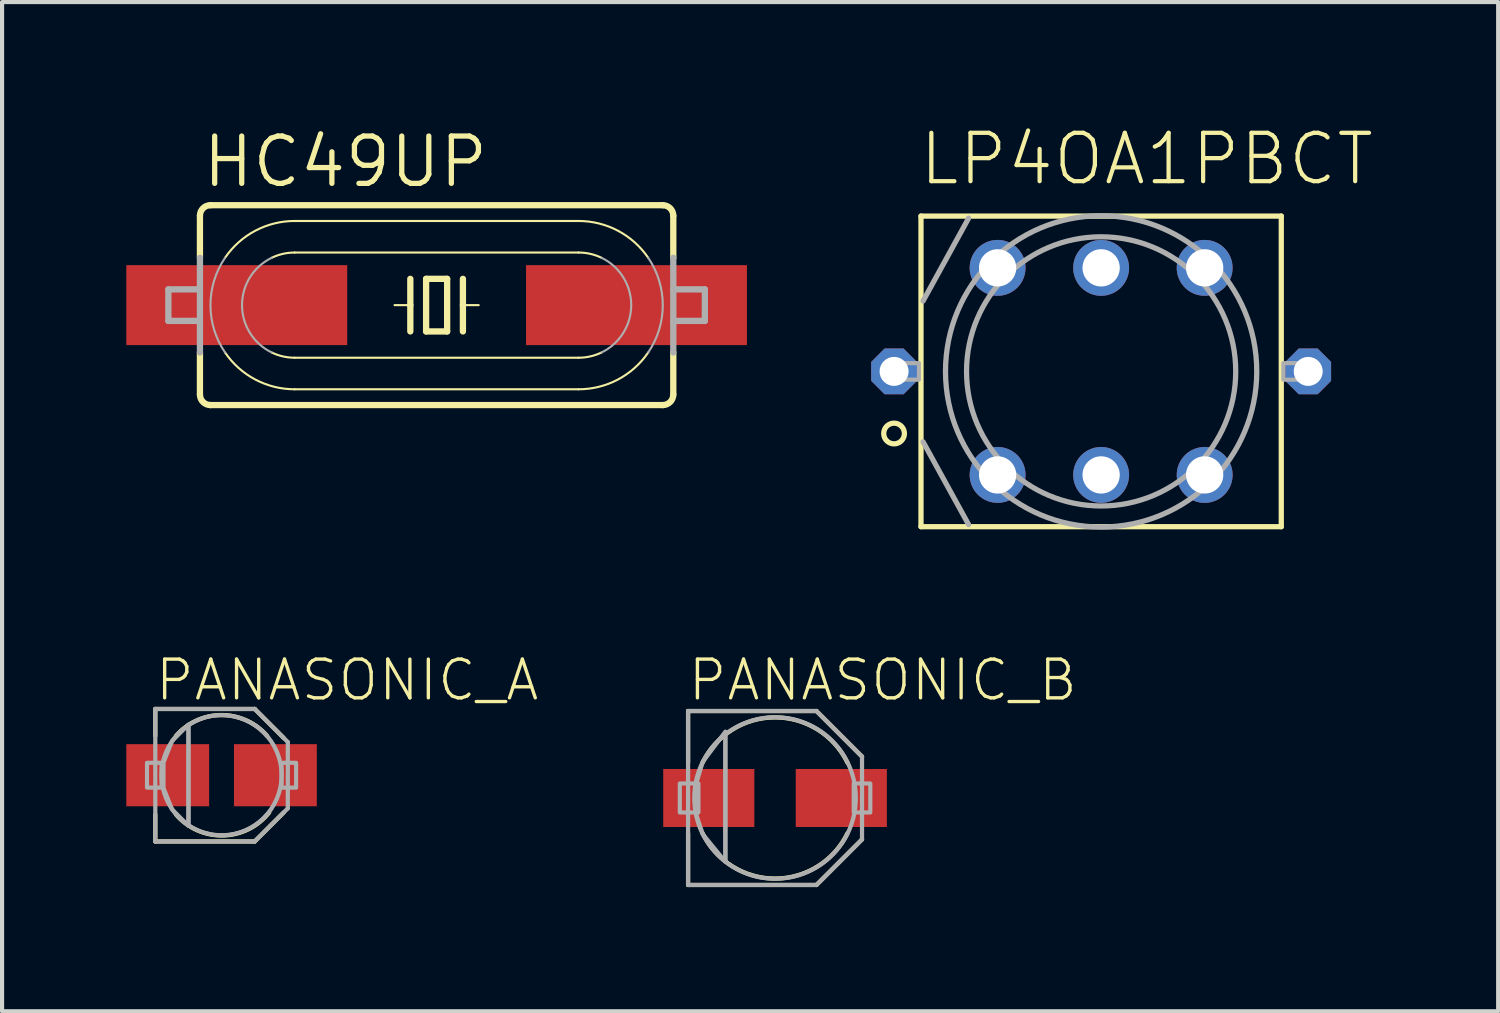
<source format=kicad_pcb>
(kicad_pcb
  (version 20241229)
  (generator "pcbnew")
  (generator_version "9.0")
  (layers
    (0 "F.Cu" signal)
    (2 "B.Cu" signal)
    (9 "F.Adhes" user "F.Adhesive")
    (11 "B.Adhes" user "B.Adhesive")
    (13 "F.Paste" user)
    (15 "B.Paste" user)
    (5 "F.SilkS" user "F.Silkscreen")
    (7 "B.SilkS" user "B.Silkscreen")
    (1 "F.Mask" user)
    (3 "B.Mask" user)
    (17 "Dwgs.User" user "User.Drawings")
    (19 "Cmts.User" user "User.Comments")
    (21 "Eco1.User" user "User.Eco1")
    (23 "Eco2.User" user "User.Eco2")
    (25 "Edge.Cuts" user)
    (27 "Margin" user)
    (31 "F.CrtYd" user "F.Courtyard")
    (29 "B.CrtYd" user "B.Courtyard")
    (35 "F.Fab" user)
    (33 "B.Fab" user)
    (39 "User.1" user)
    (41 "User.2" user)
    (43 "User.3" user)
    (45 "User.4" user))
  (footprint "PANASONIC_B"
    (layer "F.Cu")
    (at 15.665 16.219)
    (property "Reference" "PANASONIC_B" (at -2.15 -2.3 0) (layer "F.SilkS") (effects (font (size 0.935 0.935) (thickness 0.081)) (justify left bottom)))
    (fp_line (start -2.1 -2.1) (end 1 -2.1) (stroke (width 0.102) (type solid)) (layer "F.SilkS"))
    (fp_line (start -2.1 -0.85) (end -2.1 -2.1) (stroke (width 0.102) (type solid)) (layer "F.SilkS"))
    (fp_line (start -2.1 2.1) (end -2.1 0.85) (stroke (width 0.102) (type solid)) (layer "F.SilkS"))
    (fp_line (start 1 -2.1) (end 2.1 -1) (stroke (width 0.102) (type solid)) (layer "F.SilkS"))
    (fp_line (start 1 2.1) (end -2.1 2.1) (stroke (width 0.102) (type solid)) (layer "F.SilkS"))
    (fp_line (start 2.1 1) (end 1 2.1) (stroke (width 0.102) (type solid)) (layer "F.SilkS"))
    (fp_arc (start -1.75 -0.85) (mid 0 -1.945508) (end 1.75 -0.85) (stroke (width 0.1016) (type solid)) (layer "F.SilkS"))
    (fp_arc (start 1.75 0.85) (mid 0 1.945508) (end -1.75 0.85) (stroke (width 0.1016) (type solid)) (layer "F.SilkS"))
    (fp_line (start -2.1 -2.1) (end 1 -2.1) (stroke (width 0.102) (type solid)) (layer "F.Fab"))
    (fp_line (start -2.1 2.1) (end -2.1 -2.1) (stroke (width 0.102) (type solid)) (layer "F.Fab"))
    (fp_line (start -1.2 -1.5) (end -1.2 1.5) (stroke (width 0.102) (type solid)) (layer "F.Fab"))
    (fp_line (start 1 -2.1) (end 2.1 -1) (stroke (width 0.102) (type solid)) (layer "F.Fab"))
    (fp_line (start 1 2.1) (end -2.1 2.1) (stroke (width 0.102) (type solid)) (layer "F.Fab"))
    (fp_line (start 2.1 -1) (end 2.1 1) (stroke (width 0.102) (type solid)) (layer "F.Fab"))
    (fp_line (start 2.1 1) (end 1 2.1) (stroke (width 0.102) (type solid)) (layer "F.Fab"))
    (fp_circle (center 0 0) (end 1.95 0) (stroke (width 0.102) (type solid)) (fill no) (layer "F.Fab"))
    (fp_poly (pts (xy -2.3 0.35) (xy -1.85 0.35) (xy -1.85 -0.35) (xy -2.3 -0.35)) (stroke (width 0.1) (type solid)) (fill no) (layer "F.Fab"))
    (fp_poly (pts (xy 1.9 0.35) (xy 2.3 0.35) (xy 2.3 -0.35) (xy 1.9 -0.35)) (stroke (width 0.1) (type solid)) (fill no) (layer "F.Fab"))
    (fp_poly (pts (xy -1.199 1.542) (xy -1.745 0.875) (xy -1.901 0.408) (xy -1.901 -0.357) (xy -1.746 -0.873) (xy -1.199 -1.602)) (stroke (width 0.1) (type solid)) (fill no) (layer "F.Fab"))
    (pad "+" smd rect (at 1.6 0) (size 2.2 1.4) (layers "F.Cu" "F.Mask" "F.Paste"))
    (pad "-" smd rect (at -1.6 0) (size 2.2 1.4) (layers "F.Cu" "F.Mask" "F.Paste")))
  (footprint "LP4OA1PBCT"
    (layer "F.Cu")
    (at 23.539 5.918)
    (property "Reference" "LP4OA1PBCT" (at -4.445 -4.445 0) (layer "F.SilkS") (effects (font (size 1.168 1.168) (thickness 0.102)) (justify left bottom)))
    (fp_line (start -4.35 -3.75) (end 4.35 -3.75) (stroke (width 0.127) (type solid)) (layer "F.SilkS"))
    (fp_line (start -4.35 3.75) (end -4.35 -3.75) (stroke (width 0.127) (type solid)) (layer "F.SilkS"))
    (fp_line (start -4.35 3.75) (end 4.35 3.75) (stroke (width 0.127) (type solid)) (layer "F.SilkS"))
    (fp_line (start 4.35 3.75) (end 4.35 -3.75) (stroke (width 0.127) (type solid)) (layer "F.SilkS"))
    (fp_circle (center -5 1.5) (end -4.75 1.5) (stroke (width 0.127) (type solid)) (fill no) (layer "F.SilkS"))
    (fp_line (start -4.3 1.7) (end -3.2 3.7) (stroke (width 0.127) (type solid)) (layer "F.Fab"))
    (fp_line (start -3.2 -3.7) (end -4.3 -1.7) (stroke (width 0.127) (type solid)) (layer "F.Fab"))
    (fp_circle (center 0 0) (end 3.25 0) (stroke (width 0.127) (type solid)) (fill no) (layer "F.Fab"))
    (fp_circle (center 0 0) (end 3.758 0) (stroke (width 0.127) (type solid)) (fill no) (layer "F.Fab"))
    (fp_poly (pts (xy -5 0.2) (xy -4.4 0.2) (xy -4.4 -0.2) (xy -5 -0.2)) (stroke (width 0.1) (type solid)) (fill no) (layer "F.Fab"))
    (fp_poly (pts (xy 4.4 0.2) (xy 5 0.2) (xy 5 -0.2) (xy 4.4 -0.2)) (stroke (width 0.1) (type solid)) (fill no) (layer "F.Fab"))
    (pad "L1" thru_hole roundrect (at 5 0) (size 1.106 1.106) (drill 0.7) (layers "*.Cu" "*.Mask") (roundrect_rratio 0.25) (chamfer_ratio 0.293) (chamfer top_left top_right bottom_left bottom_right))
    (pad "L2" thru_hole roundrect (at -5 0) (size 1.106 1.106) (drill 0.7) (layers "*.Cu" "*.Mask") (roundrect_rratio 0.25) (chamfer_ratio 0.293) (chamfer top_left top_right bottom_left bottom_right))
    (pad "P1" thru_hole circle (at 2.5 -2.5) (size 1.35 1.35) (drill 0.9) (layers "*.Cu" "*.Mask"))
    (pad "P2" thru_hole circle (at 0 -2.5) (size 1.35 1.35) (drill 0.9) (layers "*.Cu" "*.Mask"))
    (pad "P3" thru_hole circle (at -2.5 -2.5) (size 1.35 1.35) (drill 0.9) (layers "*.Cu" "*.Mask"))
    (pad "P4" thru_hole circle (at 2.5 2.5) (size 1.35 1.35) (drill 0.9) (layers "*.Cu" "*.Mask"))
    (pad "P5" thru_hole circle (at 0 2.5) (size 1.35 1.35) (drill 0.9) (layers "*.Cu" "*.Mask"))
    (pad "P6" thru_hole circle (at -2.5 2.5) (size 1.35 1.35) (drill 0.9) (layers "*.Cu" "*.Mask")))
  (footprint "HC49UP"
    (layer "F.Cu")
    (at 7.493 4.318)
    (property "Reference" "HC49UP" (at -5.715 -2.794 0) (layer "F.SilkS") (effects (font (size 1.143 1.143) (thickness 0.127)) (justify left bottom)))
    (fp_line (start -5.715 -1.143) (end -5.715 -2.159) (stroke (width 0.152) (type solid)) (layer "F.SilkS"))
    (fp_line (start -5.715 2.159) (end -5.715 1.143) (stroke (width 0.152) (type solid)) (layer "F.SilkS"))
    (fp_line (start -3.429 -2.032) (end 3.429 -2.032) (stroke (width 0.051) (type solid)) (layer "F.SilkS"))
    (fp_line (start -3.429 -1.27) (end 3.429 -1.27) (stroke (width 0.051) (type solid)) (layer "F.SilkS"))
    (fp_line (start -0.635 -0.635) (end -0.635 0) (stroke (width 0.152) (type solid)) (layer "F.SilkS"))
    (fp_line (start -0.635 0) (end -1.016 0) (stroke (width 0.051) (type solid)) (layer "F.SilkS"))
    (fp_line (start -0.635 0) (end -0.635 0.635) (stroke (width 0.152) (type solid)) (layer "F.SilkS"))
    (fp_line (start -0.254 -0.635) (end -0.254 0.635) (stroke (width 0.152) (type solid)) (layer "F.SilkS"))
    (fp_line (start -0.254 0.635) (end 0.254 0.635) (stroke (width 0.152) (type solid)) (layer "F.SilkS"))
    (fp_line (start 0.254 -0.635) (end -0.254 -0.635) (stroke (width 0.152) (type solid)) (layer "F.SilkS"))
    (fp_line (start 0.254 0.635) (end 0.254 -0.635) (stroke (width 0.152) (type solid)) (layer "F.SilkS"))
    (fp_line (start 0.635 -0.635) (end 0.635 0) (stroke (width 0.152) (type solid)) (layer "F.SilkS"))
    (fp_line (start 0.635 0) (end 0.635 0.635) (stroke (width 0.152) (type solid)) (layer "F.SilkS"))
    (fp_line (start 0.635 0) (end 1.016 0) (stroke (width 0.051) (type solid)) (layer "F.SilkS"))
    (fp_line (start 3.429 1.27) (end -3.429 1.27) (stroke (width 0.051) (type solid)) (layer "F.SilkS"))
    (fp_line (start 3.429 2.032) (end -3.429 2.032) (stroke (width 0.051) (type solid)) (layer "F.SilkS"))
    (fp_line (start 5.461 -2.413) (end -5.461 -2.413) (stroke (width 0.152) (type solid)) (layer "F.SilkS"))
    (fp_line (start 5.461 2.413) (end -5.461 2.413) (stroke (width 0.152) (type solid)) (layer "F.SilkS"))
    (fp_line (start 5.715 -1.143) (end 5.715 -2.159) (stroke (width 0.152) (type solid)) (layer "F.SilkS"))
    (fp_line (start 5.715 2.159) (end 5.715 1.143) (stroke (width 0.152) (type solid)) (layer "F.SilkS"))
    (fp_arc (start -5.715 -2.159) (mid -5.640605 -2.338605) (end -5.461 -2.413) (stroke (width 0.1524) (type solid)) (layer "F.SilkS"))
    (fp_arc (start -5.461 2.413) (mid -5.640605 2.338605) (end -5.715 2.159) (stroke (width 0.1524) (type solid)) (layer "F.SilkS"))
    (fp_arc (start -5.1091 -1.143) (mid -4.379417 -1.796107) (end -3.429 -2.032101) (stroke (width 0.0508) (type solid)) (layer "F.SilkS"))
    (fp_arc (start -3.9826 -1.143) (mid -3.712991 -1.237845) (end -3.429 -1.27) (stroke (width 0.0508) (type solid)) (layer "F.SilkS"))
    (fp_arc (start -3.429 1.27) (mid -3.712991 1.237845) (end -3.9826 1.143) (stroke (width 0.0508) (type solid)) (layer "F.SilkS"))
    (fp_arc (start -3.429 2.032001) (mid -4.379408 1.796063) (end -5.1091 1.143) (stroke (width 0.0508) (type solid)) (layer "F.SilkS"))
    (fp_arc (start 3.429 -2.032) (mid 4.379408 -1.796062) (end 5.1091 -1.142999) (stroke (width 0.0508) (type solid)) (layer "F.SilkS"))
    (fp_arc (start 3.429 -1.27) (mid 3.712991 -1.237845) (end 3.9826 -1.143) (stroke (width 0.0508) (type solid)) (layer "F.SilkS"))
    (fp_arc (start 3.9826 1.143) (mid 3.712991 1.237845) (end 3.429 1.27) (stroke (width 0.0508) (type solid)) (layer "F.SilkS"))
    (fp_arc (start 5.109 1.142899) (mid 4.379368 1.795994) (end 3.429 2.032) (stroke (width 0.0508) (type solid)) (layer "F.SilkS"))
    (fp_arc (start 5.461 -2.413) (mid 5.640605 -2.338605) (end 5.715 -2.159) (stroke (width 0.1524) (type solid)) (layer "F.SilkS"))
    (fp_arc (start 5.715 2.159) (mid 5.640605 2.338605) (end 5.461 2.413) (stroke (width 0.1524) (type solid)) (layer "F.SilkS"))
    (fp_line (start -6.477 0.381) (end -6.477 -0.381) (stroke (width 0.152) (type solid)) (layer "F.Fab"))
    (fp_line (start -5.715 -0.381) (end -6.477 -0.381) (stroke (width 0.152) (type solid)) (layer "F.Fab"))
    (fp_line (start -5.715 -0.381) (end -5.715 -1.143) (stroke (width 0.152) (type solid)) (layer "F.Fab"))
    (fp_line (start -5.715 0.381) (end -6.477 0.381) (stroke (width 0.152) (type solid)) (layer "F.Fab"))
    (fp_line (start -5.715 0.381) (end -5.715 -0.381) (stroke (width 0.152) (type solid)) (layer "F.Fab"))
    (fp_line (start -5.715 1.143) (end -5.715 0.381) (stroke (width 0.152) (type solid)) (layer "F.Fab"))
    (fp_line (start 5.715 -0.381) (end 6.477 -0.381) (stroke (width 0.152) (type solid)) (layer "F.Fab"))
    (fp_line (start 5.715 0.381) (end 6.477 0.381) (stroke (width 0.152) (type solid)) (layer "F.Fab"))
    (fp_line (start 5.715 1.143) (end 5.715 -1.143) (stroke (width 0.152) (type solid)) (layer "F.Fab"))
    (fp_line (start 6.477 0.381) (end 6.477 -0.381) (stroke (width 0.152) (type solid)) (layer "F.Fab"))
    (fp_arc (start -5.1091 1.143) (mid -5.46104 0) (end -5.1091 -1.143) (stroke (width 0.0508) (type solid)) (layer "F.Fab"))
    (fp_arc (start -3.9826 1.143) (mid -4.699009 0) (end -3.9826 -1.143) (stroke (width 0.0508) (type solid)) (layer "F.Fab"))
    (fp_arc (start 3.9826 -1.143) (mid 4.699009 0) (end 3.9826 1.143) (stroke (width 0.0508) (type solid)) (layer "F.Fab"))
    (fp_arc (start 5.1091 -1.143) (mid 5.46104 0) (end 5.1091 1.143) (stroke (width 0.0508) (type solid)) (layer "F.Fab"))
    (pad "1" smd rect (at -4.826 0) (size 5.334 1.93) (layers "F.Cu" "F.Mask" "F.Paste"))
    (pad "2" smd rect (at 4.826 0) (size 5.334 1.93) (layers "F.Cu" "F.Mask" "F.Paste"))
    (zone (net_name "") (layers "F.Cu" "B.Cu") (hatch edge 0.508) (connect_pads) (min_thickness 0.254) (filled_areas_thickness no) (keepout (tracks allowed) (vias not_allowed) (pads allowed) (copperpour allowed) (footprints allowed)) (placement (enabled no)) (fill) (polygon (pts (xy 0.889 7.366) (xy 14.097 7.366) (xy 14.097 1.27) (xy 0.889 1.27)))))
  (footprint "PANASONIC_A"
    (layer "F.Cu")
    (at 2.3 15.669)
    (property "Reference" "PANASONIC_A" (at -1.65 -1.75 0) (layer "F.SilkS") (effects (font (size 0.935 0.935) (thickness 0.081)) (justify left bottom)))
    (fp_line (start -1.6 -1.6) (end 0.8 -1.6) (stroke (width 0.102) (type solid)) (layer "F.SilkS"))
    (fp_line (start -1.6 -0.95) (end -1.6 -1.6) (stroke (width 0.102) (type solid)) (layer "F.SilkS"))
    (fp_line (start -1.6 1.6) (end -1.6 0.95) (stroke (width 0.102) (type solid)) (layer "F.SilkS"))
    (fp_line (start 0.8 -1.6) (end 1.5 -0.9) (stroke (width 0.102) (type solid)) (layer "F.SilkS"))
    (fp_line (start 0.8 1.6) (end -1.6 1.6) (stroke (width 0.102) (type solid)) (layer "F.SilkS"))
    (fp_line (start 1.5 0.9) (end 0.8 1.6) (stroke (width 0.102) (type solid)) (layer "F.SilkS"))
    (fp_arc (start -1.1 -0.95) (mid 0 -1.453444) (end 1.1 -0.95) (stroke (width 0.1016) (type solid)) (layer "F.SilkS"))
    (fp_arc (start 1.149999 0.9) (mid 0.03681 1.456451) (end -1.1 0.95) (stroke (width 0.1016) (type solid)) (layer "F.SilkS"))
    (fp_line (start -1.6 -1.6) (end 0.8 -1.6) (stroke (width 0.102) (type solid)) (layer "F.Fab"))
    (fp_line (start -1.6 1.6) (end -1.6 -1.6) (stroke (width 0.102) (type solid)) (layer "F.Fab"))
    (fp_line (start -0.8 -1.2) (end -0.8 1.2) (stroke (width 0.102) (type solid)) (layer "F.Fab"))
    (fp_line (start 0.8 -1.6) (end 1.6 -0.8) (stroke (width 0.102) (type solid)) (layer "F.Fab"))
    (fp_line (start 0.8 1.6) (end -1.6 1.6) (stroke (width 0.102) (type solid)) (layer "F.Fab"))
    (fp_line (start 1.6 -0.8) (end 1.6 0.8) (stroke (width 0.102) (type solid)) (layer "F.Fab"))
    (fp_line (start 1.6 0.8) (end 0.8 1.6) (stroke (width 0.102) (type solid)) (layer "F.Fab"))
    (fp_circle (center 0 0) (end 1.45 0) (stroke (width 0.102) (type solid)) (fill no) (layer "F.Fab"))
    (fp_poly (pts (xy -1.8 0.3) (xy -1.45 0.3) (xy -1.45 -0.3) (xy -1.8 -0.3)) (stroke (width 0.1) (type solid)) (fill no) (layer "F.Fab"))
    (fp_poly (pts (xy 1.45 0.3) (xy 1.8 0.3) (xy 1.8 -0.3) (xy 1.45 -0.3)) (stroke (width 0.1) (type solid)) (fill no) (layer "F.Fab"))
    (fp_poly (pts (xy -0.799 1.223) (xy -1.193 0.829) (xy -1.401 0.31) (xy -1.401 -0.31) (xy -1.193 -0.829) (xy -0.799 -1.223)) (stroke (width 0.1) (type solid)) (fill no) (layer "F.Fab"))
    (pad "+" smd rect (at 1.3 0) (size 2 1.5) (layers "F.Cu" "F.Mask" "F.Paste"))
    (pad "-" smd rect (at -1.3 0) (size 2 1.5) (layers "F.Cu" "F.Mask" "F.Paste")))
  (gr_rect
    (start -3 -3)
    (end 33.126 21.369)
    (stroke (width 0.1) (type default))
    (fill no)
    (layer "Edge.Cuts")))
</source>
